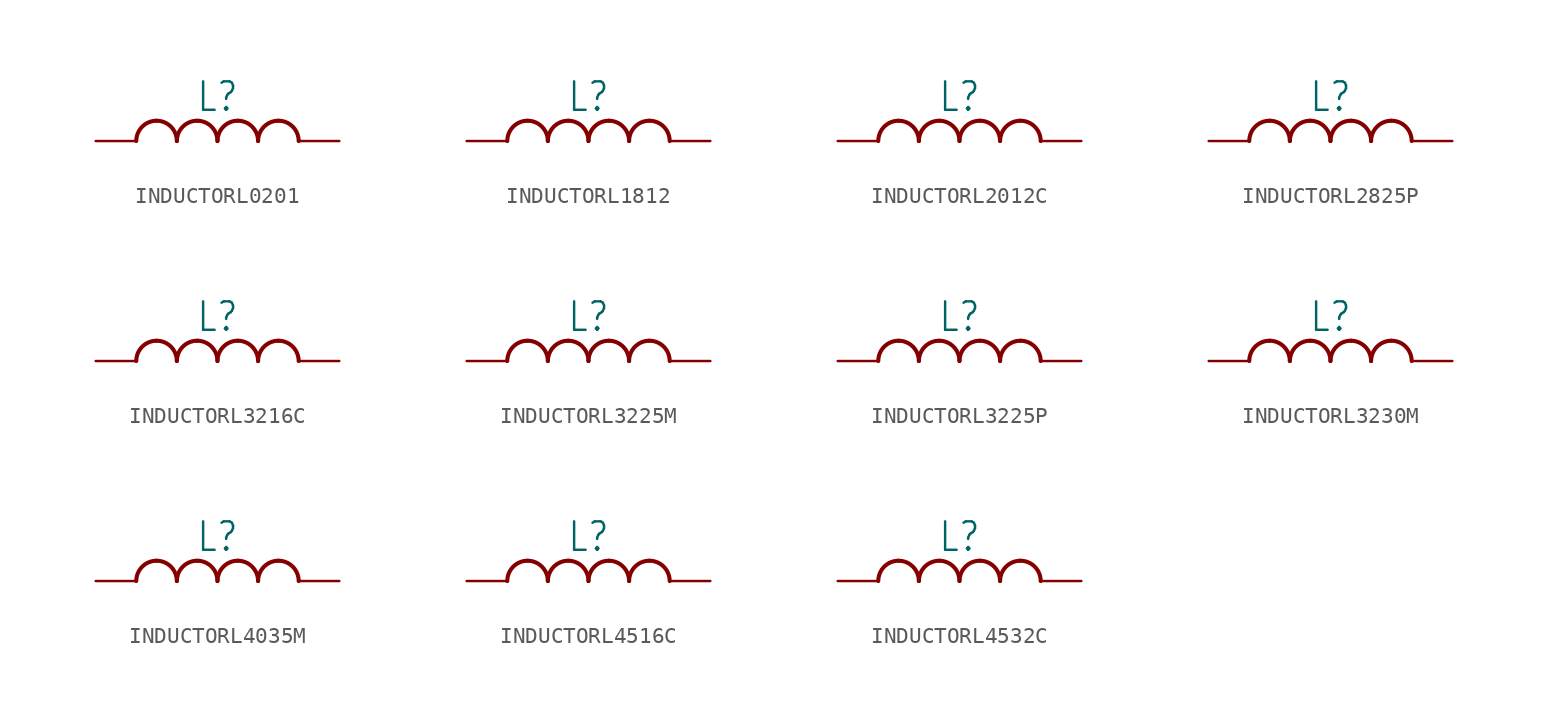
<source format=kicad_sym>
(kicad_symbol_lib
  (version 20220914)
  (generator kicad_symbol_editor)
  (symbol "INDUCTORL0201"
    (property "Reference" "L"
      (at 0 3.81 0)
      (effects (font (size 1.778 1.511)) (justify top)))
    (property "Value" ""
      (at 0 -1.27 0)
      (effects (font (size 1.778 1.511)) (justify top)))
    (property "ki_locked" ""
      (at 0 0 0)
      (effects (font (size 1.27 1.27))))
    (symbol "INDUCTORL0201_1_0"
      (arc (start -3.81 1.27) (mid -4.708 0.898) (end -5.08 0) (stroke (width 0.254) (type solid)) (fill (type none)))
      (arc (start -2.54 0) (mid -2.912 0.898) (end -3.81 1.27) (stroke (width 0.254) (type solid)) (fill (type none)))
      (arc (start -1.27 1.27) (mid -2.168 0.898) (end -2.54 0) (stroke (width 0.254) (type solid)) (fill (type none)))
      (arc (start 0 0) (mid -0.372 0.898) (end -1.27 1.27) (stroke (width 0.254) (type solid)) (fill (type none)))
      (arc (start 1.27 1.27) (mid 0.372 0.898) (end 0 0) (stroke (width 0.254) (type solid)) (fill (type none)))
      (arc (start 2.54 0) (mid 2.168 0.898) (end 1.27 1.27) (stroke (width 0.254) (type solid)) (fill (type none)))
      (arc (start 3.81 1.27) (mid 2.912 0.898) (end 2.54 0) (stroke (width 0.254) (type solid)) (fill (type none)))
      (arc (start 5.08 0) (mid 4.708 0.898) (end 3.81 1.27) (stroke (width 0.254) (type solid)) (fill (type none)))
      (pin passive line (at -7.62 0 0) (length 2.54) (name "1" (effects (font (size 0 0)))) (number "1" (effects (font (size 0 0)))))
      (pin passive line (at 7.62 0 180) (length 2.54) (name "2" (effects (font (size 0 0)))) (number "2" (effects (font (size 0 0)))))))
  (symbol "INDUCTORL1812"
    (property "Reference" "L"
      (at 0 3.81 0)
      (effects (font (size 1.778 1.511)) (justify top)))
    (property "Value" ""
      (at 0 -1.27 0)
      (effects (font (size 1.778 1.511)) (justify top)))
    (property "ki_locked" ""
      (at 0 0 0)
      (effects (font (size 1.27 1.27))))
    (symbol "INDUCTORL1812_1_0"
      (arc (start -3.81 1.27) (mid -4.708 0.898) (end -5.08 0) (stroke (width 0.254) (type solid)) (fill (type none)))
      (arc (start -2.54 0) (mid -2.912 0.898) (end -3.81 1.27) (stroke (width 0.254) (type solid)) (fill (type none)))
      (arc (start -1.27 1.27) (mid -2.168 0.898) (end -2.54 0) (stroke (width 0.254) (type solid)) (fill (type none)))
      (arc (start 0 0) (mid -0.372 0.898) (end -1.27 1.27) (stroke (width 0.254) (type solid)) (fill (type none)))
      (arc (start 1.27 1.27) (mid 0.372 0.898) (end 0 0) (stroke (width 0.254) (type solid)) (fill (type none)))
      (arc (start 2.54 0) (mid 2.168 0.898) (end 1.27 1.27) (stroke (width 0.254) (type solid)) (fill (type none)))
      (arc (start 3.81 1.27) (mid 2.912 0.898) (end 2.54 0) (stroke (width 0.254) (type solid)) (fill (type none)))
      (arc (start 5.08 0) (mid 4.708 0.898) (end 3.81 1.27) (stroke (width 0.254) (type solid)) (fill (type none)))
      (pin passive line (at -7.62 0 0) (length 2.54) (name "1" (effects (font (size 0 0)))) (number "1" (effects (font (size 0 0)))))
      (pin passive line (at 7.62 0 180) (length 2.54) (name "2" (effects (font (size 0 0)))) (number "2" (effects (font (size 0 0)))))))
  (symbol "INDUCTORL2012C"
    (property "Reference" "L"
      (at 0 3.81 0)
      (effects (font (size 1.778 1.511)) (justify top)))
    (property "Value" ""
      (at 0 -1.27 0)
      (effects (font (size 1.778 1.511)) (justify top)))
    (property "ki_locked" ""
      (at 0 0 0)
      (effects (font (size 1.27 1.27))))
    (symbol "INDUCTORL2012C_1_0"
      (arc (start -3.81 1.27) (mid -4.708 0.898) (end -5.08 0) (stroke (width 0.254) (type solid)) (fill (type none)))
      (arc (start -2.54 0) (mid -2.912 0.898) (end -3.81 1.27) (stroke (width 0.254) (type solid)) (fill (type none)))
      (arc (start -1.27 1.27) (mid -2.168 0.898) (end -2.54 0) (stroke (width 0.254) (type solid)) (fill (type none)))
      (arc (start 0 0) (mid -0.372 0.898) (end -1.27 1.27) (stroke (width 0.254) (type solid)) (fill (type none)))
      (arc (start 1.27 1.27) (mid 0.372 0.898) (end 0 0) (stroke (width 0.254) (type solid)) (fill (type none)))
      (arc (start 2.54 0) (mid 2.168 0.898) (end 1.27 1.27) (stroke (width 0.254) (type solid)) (fill (type none)))
      (arc (start 3.81 1.27) (mid 2.912 0.898) (end 2.54 0) (stroke (width 0.254) (type solid)) (fill (type none)))
      (arc (start 5.08 0) (mid 4.708 0.898) (end 3.81 1.27) (stroke (width 0.254) (type solid)) (fill (type none)))
      (pin passive line (at -7.62 0 0) (length 2.54) (name "1" (effects (font (size 0 0)))) (number "1" (effects (font (size 0 0)))))
      (pin passive line (at 7.62 0 180) (length 2.54) (name "2" (effects (font (size 0 0)))) (number "2" (effects (font (size 0 0)))))))
  (symbol "INDUCTORL2825P"
    (property "Reference" "L"
      (at 0 3.81 0)
      (effects (font (size 1.778 1.511)) (justify top)))
    (property "Value" ""
      (at 0 -1.27 0)
      (effects (font (size 1.778 1.511)) (justify top)))
    (property "ki_locked" ""
      (at 0 0 0)
      (effects (font (size 1.27 1.27))))
    (symbol "INDUCTORL2825P_1_0"
      (arc (start -3.81 1.27) (mid -4.708 0.898) (end -5.08 0) (stroke (width 0.254) (type solid)) (fill (type none)))
      (arc (start -2.54 0) (mid -2.912 0.898) (end -3.81 1.27) (stroke (width 0.254) (type solid)) (fill (type none)))
      (arc (start -1.27 1.27) (mid -2.168 0.898) (end -2.54 0) (stroke (width 0.254) (type solid)) (fill (type none)))
      (arc (start 0 0) (mid -0.372 0.898) (end -1.27 1.27) (stroke (width 0.254) (type solid)) (fill (type none)))
      (arc (start 1.27 1.27) (mid 0.372 0.898) (end 0 0) (stroke (width 0.254) (type solid)) (fill (type none)))
      (arc (start 2.54 0) (mid 2.168 0.898) (end 1.27 1.27) (stroke (width 0.254) (type solid)) (fill (type none)))
      (arc (start 3.81 1.27) (mid 2.912 0.898) (end 2.54 0) (stroke (width 0.254) (type solid)) (fill (type none)))
      (arc (start 5.08 0) (mid 4.708 0.898) (end 3.81 1.27) (stroke (width 0.254) (type solid)) (fill (type none)))
      (pin passive line (at -7.62 0 0) (length 2.54) (name "1" (effects (font (size 0 0)))) (number "1" (effects (font (size 0 0)))))
      (pin passive line (at 7.62 0 180) (length 2.54) (name "2" (effects (font (size 0 0)))) (number "2" (effects (font (size 0 0)))))))
  (symbol "INDUCTORL3216C"
    (property "Reference" "L"
      (at 0 3.81 0)
      (effects (font (size 1.778 1.511)) (justify top)))
    (property "Value" ""
      (at 0 -1.27 0)
      (effects (font (size 1.778 1.511)) (justify top)))
    (property "ki_locked" ""
      (at 0 0 0)
      (effects (font (size 1.27 1.27))))
    (symbol "INDUCTORL3216C_1_0"
      (arc (start -3.81 1.27) (mid -4.708 0.898) (end -5.08 0) (stroke (width 0.254) (type solid)) (fill (type none)))
      (arc (start -2.54 0) (mid -2.912 0.898) (end -3.81 1.27) (stroke (width 0.254) (type solid)) (fill (type none)))
      (arc (start -1.27 1.27) (mid -2.168 0.898) (end -2.54 0) (stroke (width 0.254) (type solid)) (fill (type none)))
      (arc (start 0 0) (mid -0.372 0.898) (end -1.27 1.27) (stroke (width 0.254) (type solid)) (fill (type none)))
      (arc (start 1.27 1.27) (mid 0.372 0.898) (end 0 0) (stroke (width 0.254) (type solid)) (fill (type none)))
      (arc (start 2.54 0) (mid 2.168 0.898) (end 1.27 1.27) (stroke (width 0.254) (type solid)) (fill (type none)))
      (arc (start 3.81 1.27) (mid 2.912 0.898) (end 2.54 0) (stroke (width 0.254) (type solid)) (fill (type none)))
      (arc (start 5.08 0) (mid 4.708 0.898) (end 3.81 1.27) (stroke (width 0.254) (type solid)) (fill (type none)))
      (pin passive line (at -7.62 0 0) (length 2.54) (name "1" (effects (font (size 0 0)))) (number "1" (effects (font (size 0 0)))))
      (pin passive line (at 7.62 0 180) (length 2.54) (name "2" (effects (font (size 0 0)))) (number "2" (effects (font (size 0 0)))))))
  (symbol "INDUCTORL3225M"
    (property "Reference" "L"
      (at 0 3.81 0)
      (effects (font (size 1.778 1.511)) (justify top)))
    (property "Value" ""
      (at 0 -1.27 0)
      (effects (font (size 1.778 1.511)) (justify top)))
    (property "ki_locked" ""
      (at 0 0 0)
      (effects (font (size 1.27 1.27))))
    (symbol "INDUCTORL3225M_1_0"
      (arc (start -3.81 1.27) (mid -4.708 0.898) (end -5.08 0) (stroke (width 0.254) (type solid)) (fill (type none)))
      (arc (start -2.54 0) (mid -2.912 0.898) (end -3.81 1.27) (stroke (width 0.254) (type solid)) (fill (type none)))
      (arc (start -1.27 1.27) (mid -2.168 0.898) (end -2.54 0) (stroke (width 0.254) (type solid)) (fill (type none)))
      (arc (start 0 0) (mid -0.372 0.898) (end -1.27 1.27) (stroke (width 0.254) (type solid)) (fill (type none)))
      (arc (start 1.27 1.27) (mid 0.372 0.898) (end 0 0) (stroke (width 0.254) (type solid)) (fill (type none)))
      (arc (start 2.54 0) (mid 2.168 0.898) (end 1.27 1.27) (stroke (width 0.254) (type solid)) (fill (type none)))
      (arc (start 3.81 1.27) (mid 2.912 0.898) (end 2.54 0) (stroke (width 0.254) (type solid)) (fill (type none)))
      (arc (start 5.08 0) (mid 4.708 0.898) (end 3.81 1.27) (stroke (width 0.254) (type solid)) (fill (type none)))
      (pin passive line (at -7.62 0 0) (length 2.54) (name "1" (effects (font (size 0 0)))) (number "1" (effects (font (size 0 0)))))
      (pin passive line (at 7.62 0 180) (length 2.54) (name "2" (effects (font (size 0 0)))) (number "2" (effects (font (size 0 0)))))))
  (symbol "INDUCTORL3225P"
    (property "Reference" "L"
      (at 0 3.81 0)
      (effects (font (size 1.778 1.511)) (justify top)))
    (property "Value" ""
      (at 0 -1.27 0)
      (effects (font (size 1.778 1.511)) (justify top)))
    (property "ki_locked" ""
      (at 0 0 0)
      (effects (font (size 1.27 1.27))))
    (symbol "INDUCTORL3225P_1_0"
      (arc (start -3.81 1.27) (mid -4.708 0.898) (end -5.08 0) (stroke (width 0.254) (type solid)) (fill (type none)))
      (arc (start -2.54 0) (mid -2.912 0.898) (end -3.81 1.27) (stroke (width 0.254) (type solid)) (fill (type none)))
      (arc (start -1.27 1.27) (mid -2.168 0.898) (end -2.54 0) (stroke (width 0.254) (type solid)) (fill (type none)))
      (arc (start 0 0) (mid -0.372 0.898) (end -1.27 1.27) (stroke (width 0.254) (type solid)) (fill (type none)))
      (arc (start 1.27 1.27) (mid 0.372 0.898) (end 0 0) (stroke (width 0.254) (type solid)) (fill (type none)))
      (arc (start 2.54 0) (mid 2.168 0.898) (end 1.27 1.27) (stroke (width 0.254) (type solid)) (fill (type none)))
      (arc (start 3.81 1.27) (mid 2.912 0.898) (end 2.54 0) (stroke (width 0.254) (type solid)) (fill (type none)))
      (arc (start 5.08 0) (mid 4.708 0.898) (end 3.81 1.27) (stroke (width 0.254) (type solid)) (fill (type none)))
      (pin passive line (at -7.62 0 0) (length 2.54) (name "1" (effects (font (size 0 0)))) (number "1" (effects (font (size 0 0)))))
      (pin passive line (at 7.62 0 180) (length 2.54) (name "2" (effects (font (size 0 0)))) (number "2" (effects (font (size 0 0)))))))
  (symbol "INDUCTORL3230M"
    (property "Reference" "L"
      (at 0 3.81 0)
      (effects (font (size 1.778 1.511)) (justify top)))
    (property "Value" ""
      (at 0 -1.27 0)
      (effects (font (size 1.778 1.511)) (justify top)))
    (property "ki_locked" ""
      (at 0 0 0)
      (effects (font (size 1.27 1.27))))
    (symbol "INDUCTORL3230M_1_0"
      (arc (start -3.81 1.27) (mid -4.708 0.898) (end -5.08 0) (stroke (width 0.254) (type solid)) (fill (type none)))
      (arc (start -2.54 0) (mid -2.912 0.898) (end -3.81 1.27) (stroke (width 0.254) (type solid)) (fill (type none)))
      (arc (start -1.27 1.27) (mid -2.168 0.898) (end -2.54 0) (stroke (width 0.254) (type solid)) (fill (type none)))
      (arc (start 0 0) (mid -0.372 0.898) (end -1.27 1.27) (stroke (width 0.254) (type solid)) (fill (type none)))
      (arc (start 1.27 1.27) (mid 0.372 0.898) (end 0 0) (stroke (width 0.254) (type solid)) (fill (type none)))
      (arc (start 2.54 0) (mid 2.168 0.898) (end 1.27 1.27) (stroke (width 0.254) (type solid)) (fill (type none)))
      (arc (start 3.81 1.27) (mid 2.912 0.898) (end 2.54 0) (stroke (width 0.254) (type solid)) (fill (type none)))
      (arc (start 5.08 0) (mid 4.708 0.898) (end 3.81 1.27) (stroke (width 0.254) (type solid)) (fill (type none)))
      (pin passive line (at -7.62 0 0) (length 2.54) (name "1" (effects (font (size 0 0)))) (number "1" (effects (font (size 0 0)))))
      (pin passive line (at 7.62 0 180) (length 2.54) (name "2" (effects (font (size 0 0)))) (number "2" (effects (font (size 0 0)))))))
  (symbol "INDUCTORL4035M"
    (property "Reference" "L"
      (at 0 3.81 0)
      (effects (font (size 1.778 1.511)) (justify top)))
    (property "Value" ""
      (at 0 -1.27 0)
      (effects (font (size 1.778 1.511)) (justify top)))
    (property "ki_locked" ""
      (at 0 0 0)
      (effects (font (size 1.27 1.27))))
    (symbol "INDUCTORL4035M_1_0"
      (arc (start -3.81 1.27) (mid -4.708 0.898) (end -5.08 0) (stroke (width 0.254) (type solid)) (fill (type none)))
      (arc (start -2.54 0) (mid -2.912 0.898) (end -3.81 1.27) (stroke (width 0.254) (type solid)) (fill (type none)))
      (arc (start -1.27 1.27) (mid -2.168 0.898) (end -2.54 0) (stroke (width 0.254) (type solid)) (fill (type none)))
      (arc (start 0 0) (mid -0.372 0.898) (end -1.27 1.27) (stroke (width 0.254) (type solid)) (fill (type none)))
      (arc (start 1.27 1.27) (mid 0.372 0.898) (end 0 0) (stroke (width 0.254) (type solid)) (fill (type none)))
      (arc (start 2.54 0) (mid 2.168 0.898) (end 1.27 1.27) (stroke (width 0.254) (type solid)) (fill (type none)))
      (arc (start 3.81 1.27) (mid 2.912 0.898) (end 2.54 0) (stroke (width 0.254) (type solid)) (fill (type none)))
      (arc (start 5.08 0) (mid 4.708 0.898) (end 3.81 1.27) (stroke (width 0.254) (type solid)) (fill (type none)))
      (pin passive line (at -7.62 0 0) (length 2.54) (name "1" (effects (font (size 0 0)))) (number "1" (effects (font (size 0 0)))))
      (pin passive line (at 7.62 0 180) (length 2.54) (name "2" (effects (font (size 0 0)))) (number "2" (effects (font (size 0 0)))))))
  (symbol "INDUCTORL4516C"
    (property "Reference" "L"
      (at 0 3.81 0)
      (effects (font (size 1.778 1.511)) (justify top)))
    (property "Value" ""
      (at 0 -1.27 0)
      (effects (font (size 1.778 1.511)) (justify top)))
    (property "ki_locked" ""
      (at 0 0 0)
      (effects (font (size 1.27 1.27))))
    (symbol "INDUCTORL4516C_1_0"
      (arc (start -3.81 1.27) (mid -4.708 0.898) (end -5.08 0) (stroke (width 0.254) (type solid)) (fill (type none)))
      (arc (start -2.54 0) (mid -2.912 0.898) (end -3.81 1.27) (stroke (width 0.254) (type solid)) (fill (type none)))
      (arc (start -1.27 1.27) (mid -2.168 0.898) (end -2.54 0) (stroke (width 0.254) (type solid)) (fill (type none)))
      (arc (start 0 0) (mid -0.372 0.898) (end -1.27 1.27) (stroke (width 0.254) (type solid)) (fill (type none)))
      (arc (start 1.27 1.27) (mid 0.372 0.898) (end 0 0) (stroke (width 0.254) (type solid)) (fill (type none)))
      (arc (start 2.54 0) (mid 2.168 0.898) (end 1.27 1.27) (stroke (width 0.254) (type solid)) (fill (type none)))
      (arc (start 3.81 1.27) (mid 2.912 0.898) (end 2.54 0) (stroke (width 0.254) (type solid)) (fill (type none)))
      (arc (start 5.08 0) (mid 4.708 0.898) (end 3.81 1.27) (stroke (width 0.254) (type solid)) (fill (type none)))
      (pin passive line (at -7.62 0 0) (length 2.54) (name "1" (effects (font (size 0 0)))) (number "1" (effects (font (size 0 0)))))
      (pin passive line (at 7.62 0 180) (length 2.54) (name "2" (effects (font (size 0 0)))) (number "2" (effects (font (size 0 0)))))))
  (symbol "INDUCTORL4532C"
    (property "Reference" "L"
      (at 0 3.81 0)
      (effects (font (size 1.778 1.511)) (justify top)))
    (property "Value" ""
      (at 0 -1.27 0)
      (effects (font (size 1.778 1.511)) (justify top)))
    (property "ki_locked" ""
      (at 0 0 0)
      (effects (font (size 1.27 1.27))))
    (symbol "INDUCTORL4532C_1_0"
      (arc (start -3.81 1.27) (mid -4.708 0.898) (end -5.08 0) (stroke (width 0.254) (type solid)) (fill (type none)))
      (arc (start -2.54 0) (mid -2.912 0.898) (end -3.81 1.27) (stroke (width 0.254) (type solid)) (fill (type none)))
      (arc (start -1.27 1.27) (mid -2.168 0.898) (end -2.54 0) (stroke (width 0.254) (type solid)) (fill (type none)))
      (arc (start 0 0) (mid -0.372 0.898) (end -1.27 1.27) (stroke (width 0.254) (type solid)) (fill (type none)))
      (arc (start 1.27 1.27) (mid 0.372 0.898) (end 0 0) (stroke (width 0.254) (type solid)) (fill (type none)))
      (arc (start 2.54 0) (mid 2.168 0.898) (end 1.27 1.27) (stroke (width 0.254) (type solid)) (fill (type none)))
      (arc (start 3.81 1.27) (mid 2.912 0.898) (end 2.54 0) (stroke (width 0.254) (type solid)) (fill (type none)))
      (arc (start 5.08 0) (mid 4.708 0.898) (end 3.81 1.27) (stroke (width 0.254) (type solid)) (fill (type none)))
      (pin passive line (at -7.62 0 0) (length 2.54) (name "1" (effects (font (size 0 0)))) (number "1" (effects (font (size 0 0)))))
      (pin passive line (at 7.62 0 180) (length 2.54) (name "2" (effects (font (size 0 0)))) (number "2" (effects (font (size 0 0))))))))
</source>
